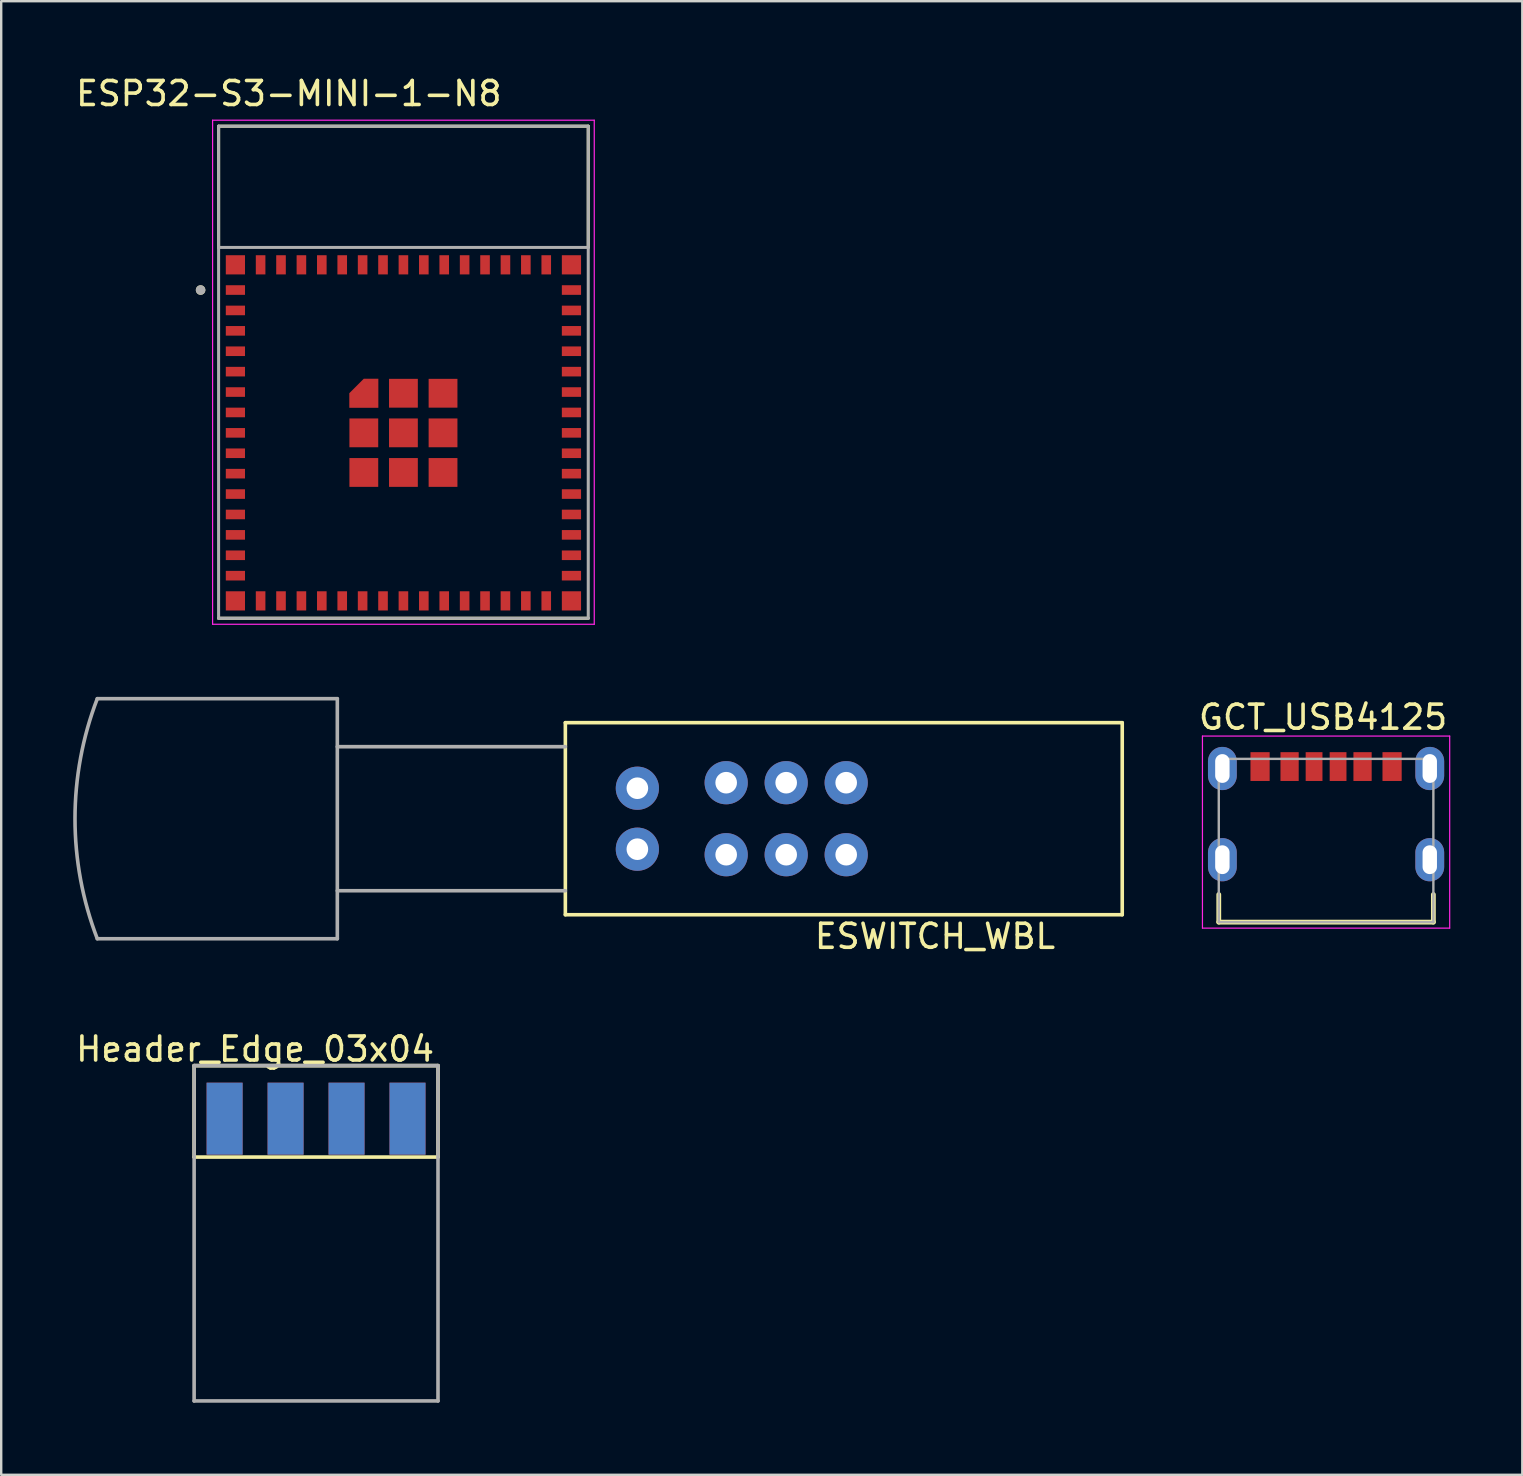
<source format=kicad_pcb>
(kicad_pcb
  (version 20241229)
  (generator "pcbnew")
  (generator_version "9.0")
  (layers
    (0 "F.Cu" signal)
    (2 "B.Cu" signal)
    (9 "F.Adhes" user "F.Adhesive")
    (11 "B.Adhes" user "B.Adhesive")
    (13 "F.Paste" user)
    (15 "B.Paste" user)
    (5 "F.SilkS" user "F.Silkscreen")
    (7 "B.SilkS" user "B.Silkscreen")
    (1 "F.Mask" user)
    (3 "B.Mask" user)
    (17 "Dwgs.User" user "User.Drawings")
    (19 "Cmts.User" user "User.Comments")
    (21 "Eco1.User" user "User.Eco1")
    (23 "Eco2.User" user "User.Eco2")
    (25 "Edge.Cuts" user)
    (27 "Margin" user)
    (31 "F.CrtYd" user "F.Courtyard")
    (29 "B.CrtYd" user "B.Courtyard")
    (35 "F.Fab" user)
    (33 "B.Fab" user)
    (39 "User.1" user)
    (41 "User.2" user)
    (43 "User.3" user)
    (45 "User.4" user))
  (footprint "ESWITCH_WBL"
    (layer "F.Cu")
    (at 23.503 31.058)
    (property "Reference" "ESWITCH_WBL" (at 12.4 4.9 0) (layer "F.SilkS") (effects (font (size 1 1) (thickness 0.15))))
    (attr through_hole)
    (fp_line (start -3 -4) (end 20.2 -4) (stroke (width 0.15) (type solid)) (layer "F.SilkS"))
    (fp_line (start -3 4) (end -3 -4) (stroke (width 0.15) (type solid)) (layer "F.SilkS"))
    (fp_line (start -3 4) (end 20.2 4) (stroke (width 0.15) (type solid)) (layer "F.SilkS"))
    (fp_line (start 20.2 -4) (end 20.2 4) (stroke (width 0.15) (type solid)) (layer "F.SilkS"))
    (fp_line (start -22.5 5) (end -12.5 5) (stroke (width 0.15) (type solid)) (layer "F.Fab"))
    (fp_line (start -12.5 -5) (end -22.5 -5) (stroke (width 0.15) (type solid)) (layer "F.Fab"))
    (fp_line (start -12.5 -5) (end -12.5 5) (stroke (width 0.15) (type solid)) (layer "F.Fab"))
    (fp_line (start -12.5 -3) (end -3 -3) (stroke (width 0.15) (type solid)) (layer "F.Fab"))
    (fp_line (start -12.5 3) (end -3 3) (stroke (width 0.15) (type solid)) (layer "F.Fab"))
    (fp_arc (start -22.499999 5) (mid -23.428387 0) (end -22.499999 -5) (stroke (width 0.15) (type solid)) (layer "F.Fab"))
    (pad "1" thru_hole circle (at 3.7 1.5) (size 1.8 1.8) (drill 0.9) (layers "*.Cu" "*.Mask"))
    (pad "2" thru_hole circle (at 6.2 1.5) (size 1.8 1.8) (drill 0.9) (layers "*.Cu" "*.Mask"))
    (pad "3" thru_hole circle (at 8.7 1.5) (size 1.8 1.8) (drill 0.9) (layers "*.Cu" "*.Mask"))
    (pad "4" thru_hole circle (at 3.7 -1.5) (size 1.8 1.8) (drill 0.9) (layers "*.Cu" "*.Mask"))
    (pad "5" thru_hole circle (at 6.2 -1.5) (size 1.8 1.8) (drill 0.9) (layers "*.Cu" "*.Mask"))
    (pad "6" thru_hole circle (at 8.7 -1.5) (size 1.8 1.8) (drill 0.9) (layers "*.Cu" "*.Mask"))
    (pad "7" thru_hole circle (at 0 1.27) (size 1.8 1.8) (drill 0.9) (layers "*.Cu" "*.Mask"))
    (pad "8" thru_hole circle (at 0 -1.27) (size 1.8 1.8) (drill 0.9) (layers "*.Cu" "*.Mask")))
  (footprint "GCT_USB4125"
    (layer "F.Cu")
    (at 52.195 31.966)
    (property "Reference" "GCT_USB4125" (at -0.125 -5.135 0) (layer "F.SilkS") (effects (font (size 1 1) (thickness 0.15))))
    (attr through_hole)
    (fp_line (start -4.47 2.25) (end -4.47 3.4) (stroke (width 0.2) (type solid)) (layer "F.SilkS"))
    (fp_line (start -4.47 3.4) (end 4.47 3.4) (stroke (width 0.2) (type solid)) (layer "F.SilkS"))
    (fp_line (start 4.47 3.4) (end 4.47 2.25) (stroke (width 0.2) (type solid)) (layer "F.SilkS"))
    (fp_line (start -5.15 -4.35) (end 5.15 -4.35) (stroke (width 0.05) (type solid)) (layer "F.CrtYd"))
    (fp_line (start -5.15 3.65) (end -5.15 -4.35) (stroke (width 0.05) (type solid)) (layer "F.CrtYd"))
    (fp_line (start 5.15 -4.35) (end 5.15 3.65) (stroke (width 0.05) (type solid)) (layer "F.CrtYd"))
    (fp_line (start 5.15 3.65) (end -5.15 3.65) (stroke (width 0.05) (type solid)) (layer "F.CrtYd"))
    (fp_line (start -4.47 -3.4) (end 4.47 -3.4) (stroke (width 0.1) (type solid)) (layer "F.Fab"))
    (fp_line (start -4.47 3.4) (end -4.47 -3.4) (stroke (width 0.1) (type solid)) (layer "F.Fab"))
    (fp_line (start 4.47 -3.4) (end 4.47 3.4) (stroke (width 0.1) (type solid)) (layer "F.Fab"))
    (fp_line (start 4.47 3.4) (end -4.47 3.4) (stroke (width 0.1) (type solid)) (layer "F.Fab"))
    (pad "A5" smd rect (at -0.5 -3.08) (size 0.7 1.2) (layers "F.Cu" "F.Mask" "F.Paste"))
    (pad "A9" smd rect (at 1.52 -3.08) (size 0.76 1.2) (layers "F.Cu" "F.Mask" "F.Paste"))
    (pad "A12" smd rect (at 2.75 -3.08) (size 0.8 1.2) (layers "F.Cu" "F.Mask" "F.Paste"))
    (pad "B5" smd rect (at 0.5 -3.08) (size 0.7 1.2) (layers "F.Cu" "F.Mask" "F.Paste"))
    (pad "B9" smd rect (at -1.52 -3.08) (size 0.76 1.2) (layers "F.Cu" "F.Mask" "F.Paste"))
    (pad "B12" smd rect (at -2.75 -3.08) (size 0.8 1.2) (layers "F.Cu" "F.Mask" "F.Paste"))
    (pad "S1" thru_hole oval (at -4.32 -3) (size 1.2 1.8) (drill oval 0.6 1.2) (layers "*.Cu" "*.Mask"))
    (pad "S2" thru_hole oval (at 4.32 -3) (size 1.2 1.8) (drill oval 0.6 1.2) (layers "*.Cu" "*.Mask"))
    (pad "S3" thru_hole oval (at -4.32 0.8) (size 1.2 1.8) (drill oval 0.6 1.2) (layers "*.Cu" "*.Mask"))
    (pad "S4" thru_hole oval (at 4.32 0.8) (size 1.2 1.8) (drill oval 0.6 1.2) (layers "*.Cu" "*.Mask")))
  (footprint "ESP32-S3-MINI-1-N8"
    (layer "F.Cu")
    (at 13.757 14.983)
    (property "Reference" "ESP32-S3-MINI-1-N8" (at -4.775 -14.135 0) (layer "F.SilkS") (effects (font (size 1 1) (thickness 0.15))))
    (attr smd)
    (fp_poly (pts (xy -2.35 -0.95) (xy -0.95 -0.95) (xy -0.95 -2.35) (xy -1.7 -2.35) (xy -2.35 -1.7)) (stroke (width 0.01) (type solid)) (fill yes) (layer "F.Mask"))
    (fp_line (start -7.7 -12.775) (end 7.7 -12.775) (stroke (width 0.127) (type solid)) (layer "F.SilkS"))
    (fp_line (start -7.7 -7.725) (end -7.7 -12.775) (stroke (width 0.127) (type solid)) (layer "F.SilkS"))
    (fp_line (start 7.7 -12.775) (end 7.7 -7.725) (stroke (width 0.127) (type solid)) (layer "F.SilkS"))
    (fp_line (start 7.7 7.725) (end -7.7 7.725) (stroke (width 0.127) (type solid)) (layer "F.SilkS"))
    (fp_circle (center -8.45 -5.95) (end -8.35 -5.95) (stroke (width 0.2) (type solid)) (fill no) (layer "F.SilkS"))
    (fp_poly (pts (xy -2.25 -1.05) (xy -1.05 -1.05) (xy -1.05 -2.25) (xy -1.65 -2.25) (xy -2.25 -1.65)) (stroke (width 0.01) (type solid)) (fill yes) (layer "F.Paste"))
    (fp_line (start -7.95 -13.025) (end -7.95 7.975) (stroke (width 0.05) (type solid)) (layer "F.CrtYd"))
    (fp_line (start -7.95 7.975) (end 7.95 7.975) (stroke (width 0.05) (type solid)) (layer "F.CrtYd"))
    (fp_line (start 7.95 -13.025) (end -7.95 -13.025) (stroke (width 0.05) (type solid)) (layer "F.CrtYd"))
    (fp_line (start 7.95 7.975) (end 7.95 -13.025) (stroke (width 0.05) (type solid)) (layer "F.CrtYd"))
    (fp_line (start -7.7 -12.775) (end 7.7 -12.775) (stroke (width 0.127) (type solid)) (layer "F.Fab"))
    (fp_line (start -7.7 -7.725) (end -7.7 -12.775) (stroke (width 0.127) (type solid)) (layer "F.Fab"))
    (fp_line (start -7.7 -7.725) (end 7.7 -7.725) (stroke (width 0.127) (type solid)) (layer "F.Fab"))
    (fp_line (start -7.7 7.725) (end -7.7 -7.725) (stroke (width 0.127) (type solid)) (layer "F.Fab"))
    (fp_line (start 7.7 -12.775) (end 7.7 -7.725) (stroke (width 0.127) (type solid)) (layer "F.Fab"))
    (fp_line (start 7.7 -7.725) (end 7.7 7.725) (stroke (width 0.127) (type solid)) (layer "F.Fab"))
    (fp_line (start 7.7 7.725) (end -7.7 7.725) (stroke (width 0.127) (type solid)) (layer "F.Fab"))
    (fp_circle (center -8.45 -5.95) (end -8.35 -5.95) (stroke (width 0.2) (type solid)) (fill no) (layer "F.Fab"))
    (pad "1" smd rect (at -7 -7) (size 0.8 0.8) (layers "F.Cu" "F.Mask" "F.Paste"))
    (pad "1" smd rect (at -7 -5.95) (size 0.8 0.4) (layers "F.Cu" "F.Mask" "F.Paste"))
    (pad "1" smd rect (at -7 7) (size 0.8 0.8) (layers "F.Cu" "F.Mask" "F.Paste"))
    (pad "1" smd rect (at -5.95 -7) (size 0.4 0.8) (layers "F.Cu" "F.Mask" "F.Paste"))
    (pad "1" smd rect (at -5.1 -7) (size 0.4 0.8) (layers "F.Cu" "F.Mask" "F.Paste"))
    (pad "1" smd rect (at -4.25 -7) (size 0.4 0.8) (layers "F.Cu" "F.Mask" "F.Paste"))
    (pad "1" smd rect (at -3.4 -7) (size 0.4 0.8) (layers "F.Cu" "F.Mask" "F.Paste"))
    (pad "1" smd rect (at -2.55 -7) (size 0.4 0.8) (layers "F.Cu" "F.Mask" "F.Paste"))
    (pad "1" smd rect (at -1.7 -7) (size 0.4 0.8) (layers "F.Cu" "F.Mask" "F.Paste"))
    (pad "1" smd custom (at -1.65 -1.65) (size 0.4 0.4) (layers "F.Cu") (options (anchor rect)) (primitives (gr_poly (pts (xy -0.6 0.6) (xy 0.6 0.6) (xy 0.6 -0.6) (xy 0 -0.6) (xy -0.6 0)) (width 0.01) (fill yes))))
    (pad "1" smd rect (at -1.65 0) (size 1.2 1.2) (layers "F.Cu" "F.Mask" "F.Paste"))
    (pad "1" smd rect (at -1.65 1.65) (size 1.2 1.2) (layers "F.Cu" "F.Mask" "F.Paste"))
    (pad "1" smd rect (at -0.85 -7) (size 0.4 0.8) (layers "F.Cu" "F.Mask" "F.Paste"))
    (pad "1" smd rect (at 0 -7) (size 0.4 0.8) (layers "F.Cu" "F.Mask" "F.Paste"))
    (pad "1" smd rect (at 0 -1.65) (size 1.2 1.2) (layers "F.Cu" "F.Mask" "F.Paste"))
    (pad "1" smd rect (at 0 0) (size 1.2 1.2) (layers "F.Cu" "F.Mask" "F.Paste"))
    (pad "1" smd rect (at 0 1.65) (size 1.2 1.2) (layers "F.Cu" "F.Mask" "F.Paste"))
    (pad "1" smd rect (at 0.85 -7) (size 0.4 0.8) (layers "F.Cu" "F.Mask" "F.Paste"))
    (pad "1" smd rect (at 1.65 -1.65) (size 1.2 1.2) (layers "F.Cu" "F.Mask" "F.Paste"))
    (pad "1" smd rect (at 1.65 0) (size 1.2 1.2) (layers "F.Cu" "F.Mask" "F.Paste"))
    (pad "1" smd rect (at 1.65 1.65) (size 1.2 1.2) (layers "F.Cu" "F.Mask" "F.Paste"))
    (pad "1" smd rect (at 1.7 -7) (size 0.4 0.8) (layers "F.Cu" "F.Mask" "F.Paste"))
    (pad "1" smd rect (at 2.55 -7) (size 0.4 0.8) (layers "F.Cu" "F.Mask" "F.Paste"))
    (pad "1" smd rect (at 3.4 -7) (size 0.4 0.8) (layers "F.Cu" "F.Mask" "F.Paste"))
    (pad "1" smd rect (at 4.25 -7) (size 0.4 0.8) (layers "F.Cu" "F.Mask" "F.Paste"))
    (pad "1" smd rect (at 5.1 -7) (size 0.4 0.8) (layers "F.Cu" "F.Mask" "F.Paste"))
    (pad "1" smd rect (at 5.95 -7) (size 0.4 0.8) (layers "F.Cu" "F.Mask" "F.Paste"))
    (pad "1" smd rect (at 7 -7) (size 0.8 0.8) (layers "F.Cu" "F.Mask" "F.Paste"))
    (pad "1" smd rect (at 7 7) (size 0.8 0.8) (layers "F.Cu" "F.Mask" "F.Paste"))
    (pad "2" smd rect (at -7 -5.1) (size 0.8 0.4) (layers "F.Cu" "F.Mask" "F.Paste"))
    (pad "3" smd rect (at -7 -4.25) (size 0.8 0.4) (layers "F.Cu" "F.Mask" "F.Paste"))
    (pad "4" smd rect (at -7 -3.4) (size 0.8 0.4) (layers "F.Cu" "F.Mask" "F.Paste"))
    (pad "5" smd rect (at -7 -2.55) (size 0.8 0.4) (layers "F.Cu" "F.Mask" "F.Paste"))
    (pad "6" smd rect (at -7 -1.7) (size 0.8 0.4) (layers "F.Cu" "F.Mask" "F.Paste"))
    (pad "7" smd rect (at -7 -0.85) (size 0.8 0.4) (layers "F.Cu" "F.Mask" "F.Paste"))
    (pad "8" smd rect (at -7 0) (size 0.8 0.4) (layers "F.Cu" "F.Mask" "F.Paste"))
    (pad "9" smd rect (at -7 0.85) (size 0.8 0.4) (layers "F.Cu" "F.Mask" "F.Paste"))
    (pad "10" smd rect (at -7 1.7) (size 0.8 0.4) (layers "F.Cu" "F.Mask" "F.Paste"))
    (pad "11" smd rect (at -7 2.55) (size 0.8 0.4) (layers "F.Cu" "F.Mask" "F.Paste"))
    (pad "12" smd rect (at -7 3.4) (size 0.8 0.4) (layers "F.Cu" "F.Mask" "F.Paste"))
    (pad "13" smd rect (at -7 4.25) (size 0.8 0.4) (layers "F.Cu" "F.Mask" "F.Paste"))
    (pad "14" smd rect (at -7 5.1) (size 0.8 0.4) (layers "F.Cu" "F.Mask" "F.Paste"))
    (pad "15" smd rect (at -7 5.95) (size 0.8 0.4) (layers "F.Cu" "F.Mask" "F.Paste"))
    (pad "16" smd rect (at -5.95 7) (size 0.4 0.8) (layers "F.Cu" "F.Mask" "F.Paste"))
    (pad "17" smd rect (at -5.1 7) (size 0.4 0.8) (layers "F.Cu" "F.Mask" "F.Paste"))
    (pad "18" smd rect (at -4.25 7) (size 0.4 0.8) (layers "F.Cu" "F.Mask" "F.Paste"))
    (pad "19" smd rect (at -3.4 7) (size 0.4 0.8) (layers "F.Cu" "F.Mask" "F.Paste"))
    (pad "20" smd rect (at -2.55 7) (size 0.4 0.8) (layers "F.Cu" "F.Mask" "F.Paste"))
    (pad "21" smd rect (at -1.7 7) (size 0.4 0.8) (layers "F.Cu" "F.Mask" "F.Paste"))
    (pad "22" smd rect (at -0.85 7) (size 0.4 0.8) (layers "F.Cu" "F.Mask" "F.Paste"))
    (pad "23" smd rect (at 0 7) (size 0.4 0.8) (layers "F.Cu" "F.Mask" "F.Paste"))
    (pad "24" smd rect (at 0.85 7) (size 0.4 0.8) (layers "F.Cu" "F.Mask" "F.Paste"))
    (pad "25" smd rect (at 1.7 7) (size 0.4 0.8) (layers "F.Cu" "F.Mask" "F.Paste"))
    (pad "26" smd rect (at 2.55 7) (size 0.4 0.8) (layers "F.Cu" "F.Mask" "F.Paste"))
    (pad "27" smd rect (at 3.4 7) (size 0.4 0.8) (layers "F.Cu" "F.Mask" "F.Paste"))
    (pad "28" smd rect (at 4.25 7) (size 0.4 0.8) (layers "F.Cu" "F.Mask" "F.Paste"))
    (pad "29" smd rect (at 5.1 7) (size 0.4 0.8) (layers "F.Cu" "F.Mask" "F.Paste"))
    (pad "30" smd rect (at 5.95 7) (size 0.4 0.8) (layers "F.Cu" "F.Mask" "F.Paste"))
    (pad "31" smd rect (at 7 5.95) (size 0.8 0.4) (layers "F.Cu" "F.Mask" "F.Paste"))
    (pad "32" smd rect (at 7 5.1) (size 0.8 0.4) (layers "F.Cu" "F.Mask" "F.Paste"))
    (pad "33" smd rect (at 7 4.25) (size 0.8 0.4) (layers "F.Cu" "F.Mask" "F.Paste"))
    (pad "34" smd rect (at 7 3.4) (size 0.8 0.4) (layers "F.Cu" "F.Mask" "F.Paste"))
    (pad "35" smd rect (at 7 2.55) (size 0.8 0.4) (layers "F.Cu" "F.Mask" "F.Paste"))
    (pad "36" smd rect (at 7 1.7) (size 0.8 0.4) (layers "F.Cu" "F.Mask" "F.Paste"))
    (pad "37" smd rect (at 7 0.85) (size 0.8 0.4) (layers "F.Cu" "F.Mask" "F.Paste"))
    (pad "38" smd rect (at 7 0) (size 0.8 0.4) (layers "F.Cu" "F.Mask" "F.Paste"))
    (pad "39" smd rect (at 7 -0.85) (size 0.8 0.4) (layers "F.Cu" "F.Mask" "F.Paste"))
    (pad "40" smd rect (at 7 -1.7) (size 0.8 0.4) (layers "F.Cu" "F.Mask" "F.Paste"))
    (pad "41" smd rect (at 7 -2.55) (size 0.8 0.4) (layers "F.Cu" "F.Mask" "F.Paste"))
    (pad "42" smd rect (at 7 -3.4) (size 0.8 0.4) (layers "F.Cu" "F.Mask" "F.Paste"))
    (pad "43" smd rect (at 7 -4.25) (size 0.8 0.4) (layers "F.Cu" "F.Mask" "F.Paste"))
    (pad "44" smd rect (at 7 -5.1) (size 0.8 0.4) (layers "F.Cu" "F.Mask" "F.Paste"))
    (pad "45" smd rect (at 7 -5.95) (size 0.8 0.4) (layers "F.Cu" "F.Mask" "F.Paste"))
    (zone (net_name "") (layer "F.Cu") (hatch full 0.508) (connect_pads) (min_thickness 0.01) (filled_areas_thickness no) (keepout (tracks not_allowed) (vias not_allowed) (pads not_allowed) (copperpour not_allowed) (footprints allowed)) (placement (enabled no)) (fill) (polygon (pts (xy 6.057 2.208) (xy 21.457 2.208) (xy 21.457 7.258) (xy 6.057 7.258))))
    (zone (net_name "") (layers "F.Cu" "B.Cu") (hatch full 0.508) (connect_pads) (min_thickness 0.01) (filled_areas_thickness no) (keepout (tracks allowed) (vias not_allowed) (pads allowed) (copperpour allowed) (footprints allowed)) (placement (enabled no)) (fill) (polygon (pts (xy 6.057 2.208) (xy 21.457 2.208) (xy 21.457 7.258) (xy 6.057 7.258))))
    (zone (net_name "") (layer "B.Cu") (hatch full 0.508) (connect_pads) (min_thickness 0.01) (filled_areas_thickness no) (keepout (tracks not_allowed) (vias not_allowed) (pads not_allowed) (copperpour not_allowed) (footprints allowed)) (placement (enabled no)) (fill) (polygon (pts (xy 6.057 2.208) (xy 21.457 2.208) (xy 21.457 7.258) (xy 6.057 7.258)))))
  (footprint "Header_Edge_03x04"
    (layer "F.Cu")
    (at 6.307 45.155)
    (property "Reference" "Header_Edge_03x04" (at 1.27 -4.5 0) (layer "F.SilkS") (effects (font (size 1 1) (thickness 0.15))))
    (attr through_hole)
    (fp_line (start -1.27 -3.81) (end -1.27 0) (stroke (width 0.15) (type solid)) (layer "F.SilkS"))
    (fp_line (start -1.27 0) (end 8.89 0) (stroke (width 0.15) (type solid)) (layer "F.SilkS"))
    (fp_line (start 8.89 -3.81) (end -1.27 -3.81) (stroke (width 0.15) (type solid)) (layer "F.SilkS"))
    (fp_line (start 8.89 0) (end 8.89 -3.81) (stroke (width 0.15) (type solid)) (layer "F.SilkS"))
    (fp_line (start -1.27 -3.81) (end 8.89 -3.81) (stroke (width 0.15) (type solid)) (layer "F.Fab"))
    (fp_line (start -1.27 10.16) (end -1.27 -3.81) (stroke (width 0.15) (type solid)) (layer "F.Fab"))
    (fp_line (start 8.89 -3.81) (end 8.89 10.16) (stroke (width 0.15) (type solid)) (layer "F.Fab"))
    (fp_line (start 8.89 10.16) (end -1.27 10.16) (stroke (width 0.15) (type solid)) (layer "F.Fab"))
    (pad "1" smd rect (at 0 -1.6) (size 1.5 3) (layers "F.Cu" "F.Mask" "F.Paste"))
    (pad "2" smd rect (at 0 -1.6) (size 1.5 3) (layers "B.Cu" "B.Mask" "B.Paste"))
    (pad "3" smd rect (at 2.54 -1.6) (size 1.5 3) (layers "F.Cu" "F.Mask" "F.Paste"))
    (pad "4" smd rect (at 2.54 -1.6) (size 1.5 3) (layers "B.Cu" "B.Mask" "B.Paste"))
    (pad "5" smd rect (at 5.08 -1.6) (size 1.5 3) (layers "F.Cu" "F.Mask" "F.Paste"))
    (pad "6" smd rect (at 5.08 -1.6) (size 1.5 3) (layers "B.Cu" "B.Mask" "B.Paste"))
    (pad "7" smd rect (at 7.62 -1.6) (size 1.5 3) (layers "F.Cu" "F.Mask" "F.Paste"))
    (pad "8" smd rect (at 7.62 -1.6) (size 1.5 3) (layers "B.Cu" "B.Mask" "B.Paste")))
  (gr_rect
    (start -3 -3)
    (end 60.37 58.39)
    (stroke (width 0.1) (type default))
    (fill no)
    (layer "Edge.Cuts")))
</source>
